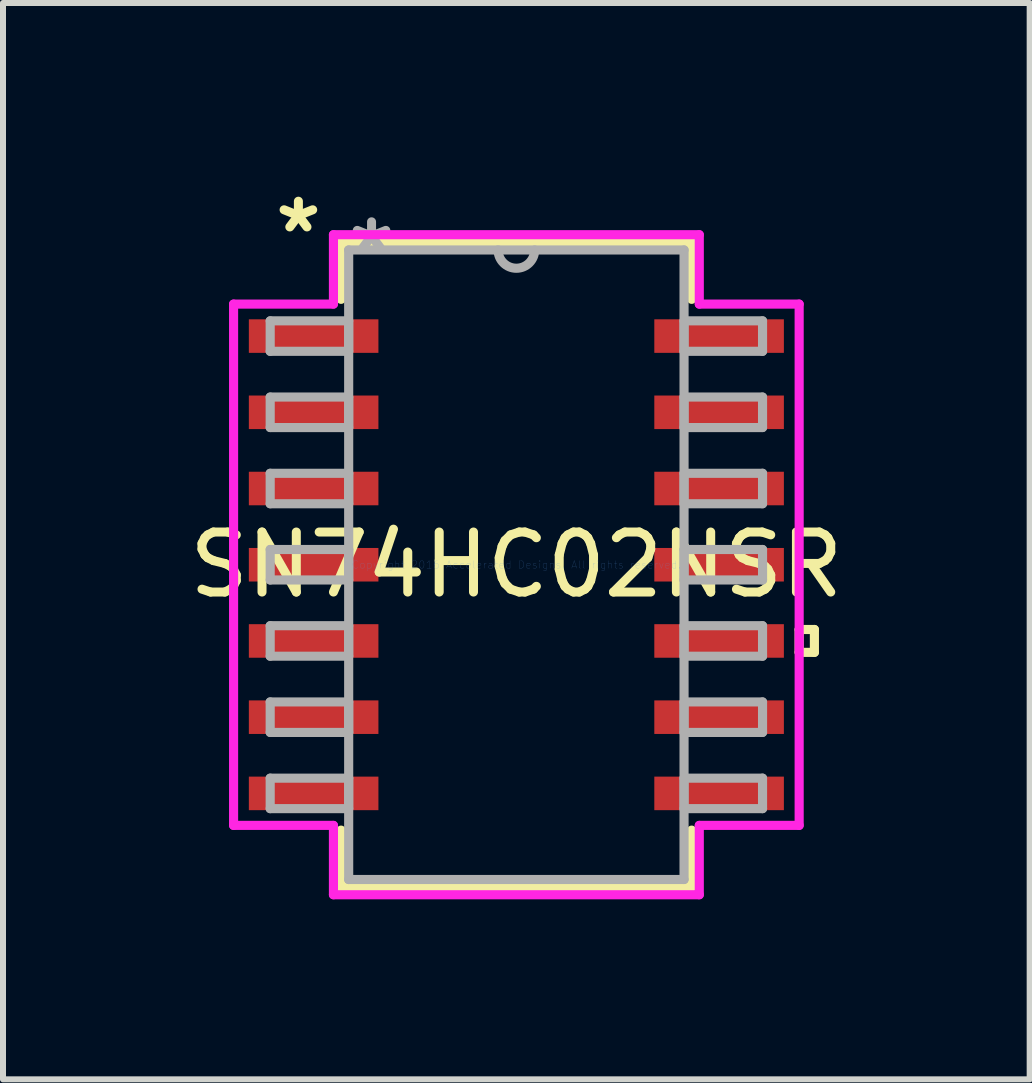
<source format=kicad_pcb>
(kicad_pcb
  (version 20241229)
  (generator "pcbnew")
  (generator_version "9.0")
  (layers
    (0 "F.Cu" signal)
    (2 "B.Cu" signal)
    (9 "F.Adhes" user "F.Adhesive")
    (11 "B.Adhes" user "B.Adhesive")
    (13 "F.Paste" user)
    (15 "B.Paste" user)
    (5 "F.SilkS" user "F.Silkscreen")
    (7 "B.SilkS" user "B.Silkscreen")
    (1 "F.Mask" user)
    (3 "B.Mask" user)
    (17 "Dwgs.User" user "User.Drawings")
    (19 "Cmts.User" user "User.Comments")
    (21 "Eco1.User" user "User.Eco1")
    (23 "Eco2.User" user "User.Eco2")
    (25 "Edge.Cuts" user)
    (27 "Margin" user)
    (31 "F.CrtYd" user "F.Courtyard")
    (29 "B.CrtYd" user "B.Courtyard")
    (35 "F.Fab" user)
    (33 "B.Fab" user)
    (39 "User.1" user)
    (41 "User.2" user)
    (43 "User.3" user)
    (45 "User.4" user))
  (footprint "SN74HC02NSR"
    (layer "F.Cu")
    (at 5.554 6.36)
    (property "Reference" "SN74HC02NSR" (at 0 0 0) (layer "F.SilkS") (effects (font (size 1 1) (thickness 0.15))))
    (attr through_hole)
    (fp_line (start -2.921 -5.372) (end -2.921 -4.422) (stroke (width 0.152) (type solid)) (layer "F.SilkS"))
    (fp_line (start -2.921 4.422) (end -2.921 5.372) (stroke (width 0.152) (type solid)) (layer "F.SilkS"))
    (fp_line (start -2.921 5.372) (end 2.921 5.372) (stroke (width 0.152) (type solid)) (layer "F.SilkS"))
    (fp_line (start 2.921 -5.372) (end -2.921 -5.372) (stroke (width 0.152) (type solid)) (layer "F.SilkS"))
    (fp_line (start 2.921 -4.422) (end 2.921 -5.372) (stroke (width 0.152) (type solid)) (layer "F.SilkS"))
    (fp_line (start 2.921 5.372) (end 2.921 4.422) (stroke (width 0.152) (type solid)) (layer "F.SilkS"))
    (fp_line (start 4.712 1.079) (end 4.966 1.079) (stroke (width 0.152) (type solid)) (layer "F.SilkS"))
    (fp_line (start 4.712 1.46) (end 4.712 1.079) (stroke (width 0.152) (type solid)) (layer "F.SilkS"))
    (fp_line (start 4.966 1.079) (end 4.966 1.46) (stroke (width 0.152) (type solid)) (layer "F.SilkS"))
    (fp_line (start 4.966 1.46) (end 4.712 1.46) (stroke (width 0.152) (type solid)) (layer "F.SilkS"))
    (fp_line (start -4.712 -4.343) (end -3.048 -4.343) (stroke (width 0.152) (type solid)) (layer "F.CrtYd"))
    (fp_line (start -4.712 4.343) (end -4.712 -4.343) (stroke (width 0.152) (type solid)) (layer "F.CrtYd"))
    (fp_line (start -3.048 -5.499) (end 3.048 -5.499) (stroke (width 0.152) (type solid)) (layer "F.CrtYd"))
    (fp_line (start -3.048 -4.343) (end -3.048 -5.499) (stroke (width 0.152) (type solid)) (layer "F.CrtYd"))
    (fp_line (start -3.048 4.343) (end -4.712 4.343) (stroke (width 0.152) (type solid)) (layer "F.CrtYd"))
    (fp_line (start -3.048 5.499) (end -3.048 4.343) (stroke (width 0.152) (type solid)) (layer "F.CrtYd"))
    (fp_line (start 3.048 -5.499) (end 3.048 -4.343) (stroke (width 0.152) (type solid)) (layer "F.CrtYd"))
    (fp_line (start 3.048 -4.343) (end 4.712 -4.343) (stroke (width 0.152) (type solid)) (layer "F.CrtYd"))
    (fp_line (start 3.048 4.343) (end 3.048 5.499) (stroke (width 0.152) (type solid)) (layer "F.CrtYd"))
    (fp_line (start 3.048 5.499) (end -3.048 5.499) (stroke (width 0.152) (type solid)) (layer "F.CrtYd"))
    (fp_line (start 4.712 -4.343) (end 4.712 4.343) (stroke (width 0.152) (type solid)) (layer "F.CrtYd"))
    (fp_line (start 4.712 4.343) (end 3.048 4.343) (stroke (width 0.152) (type solid)) (layer "F.CrtYd"))
    (fp_line (start -4.102 -4.064) (end -4.102 -3.556) (stroke (width 0.152) (type solid)) (layer "F.Fab"))
    (fp_line (start -4.102 -3.556) (end -2.794 -3.556) (stroke (width 0.152) (type solid)) (layer "F.Fab"))
    (fp_line (start -4.102 -2.794) (end -4.102 -2.286) (stroke (width 0.152) (type solid)) (layer "F.Fab"))
    (fp_line (start -4.102 -2.286) (end -2.794 -2.286) (stroke (width 0.152) (type solid)) (layer "F.Fab"))
    (fp_line (start -4.102 -1.524) (end -4.102 -1.016) (stroke (width 0.152) (type solid)) (layer "F.Fab"))
    (fp_line (start -4.102 -1.016) (end -2.794 -1.016) (stroke (width 0.152) (type solid)) (layer "F.Fab"))
    (fp_line (start -4.102 -0.254) (end -4.102 0.254) (stroke (width 0.152) (type solid)) (layer "F.Fab"))
    (fp_line (start -4.102 0.254) (end -2.794 0.254) (stroke (width 0.152) (type solid)) (layer "F.Fab"))
    (fp_line (start -4.102 1.016) (end -4.102 1.524) (stroke (width 0.152) (type solid)) (layer "F.Fab"))
    (fp_line (start -4.102 1.524) (end -2.794 1.524) (stroke (width 0.152) (type solid)) (layer "F.Fab"))
    (fp_line (start -4.102 2.286) (end -4.102 2.794) (stroke (width 0.152) (type solid)) (layer "F.Fab"))
    (fp_line (start -4.102 2.794) (end -2.794 2.794) (stroke (width 0.152) (type solid)) (layer "F.Fab"))
    (fp_line (start -4.102 3.556) (end -4.102 4.064) (stroke (width 0.152) (type solid)) (layer "F.Fab"))
    (fp_line (start -4.102 4.064) (end -2.794 4.064) (stroke (width 0.152) (type solid)) (layer "F.Fab"))
    (fp_line (start -2.794 -5.245) (end -2.794 5.245) (stroke (width 0.152) (type solid)) (layer "F.Fab"))
    (fp_line (start -2.794 -4.064) (end -4.102 -4.064) (stroke (width 0.152) (type solid)) (layer "F.Fab"))
    (fp_line (start -2.794 -3.556) (end -2.794 -4.064) (stroke (width 0.152) (type solid)) (layer "F.Fab"))
    (fp_line (start -2.794 -2.794) (end -4.102 -2.794) (stroke (width 0.152) (type solid)) (layer "F.Fab"))
    (fp_line (start -2.794 -2.286) (end -2.794 -2.794) (stroke (width 0.152) (type solid)) (layer "F.Fab"))
    (fp_line (start -2.794 -1.524) (end -4.102 -1.524) (stroke (width 0.152) (type solid)) (layer "F.Fab"))
    (fp_line (start -2.794 -1.016) (end -2.794 -1.524) (stroke (width 0.152) (type solid)) (layer "F.Fab"))
    (fp_line (start -2.794 -0.254) (end -4.102 -0.254) (stroke (width 0.152) (type solid)) (layer "F.Fab"))
    (fp_line (start -2.794 0.254) (end -2.794 -0.254) (stroke (width 0.152) (type solid)) (layer "F.Fab"))
    (fp_line (start -2.794 1.016) (end -4.102 1.016) (stroke (width 0.152) (type solid)) (layer "F.Fab"))
    (fp_line (start -2.794 1.524) (end -2.794 1.016) (stroke (width 0.152) (type solid)) (layer "F.Fab"))
    (fp_line (start -2.794 2.286) (end -4.102 2.286) (stroke (width 0.152) (type solid)) (layer "F.Fab"))
    (fp_line (start -2.794 2.794) (end -2.794 2.286) (stroke (width 0.152) (type solid)) (layer "F.Fab"))
    (fp_line (start -2.794 3.556) (end -4.102 3.556) (stroke (width 0.152) (type solid)) (layer "F.Fab"))
    (fp_line (start -2.794 4.064) (end -2.794 3.556) (stroke (width 0.152) (type solid)) (layer "F.Fab"))
    (fp_line (start -2.794 5.245) (end 2.794 5.245) (stroke (width 0.152) (type solid)) (layer "F.Fab"))
    (fp_line (start 2.794 -5.245) (end -2.794 -5.245) (stroke (width 0.152) (type solid)) (layer "F.Fab"))
    (fp_line (start 2.794 -4.064) (end 2.794 -3.556) (stroke (width 0.152) (type solid)) (layer "F.Fab"))
    (fp_line (start 2.794 -3.556) (end 4.102 -3.556) (stroke (width 0.152) (type solid)) (layer "F.Fab"))
    (fp_line (start 2.794 -2.794) (end 2.794 -2.286) (stroke (width 0.152) (type solid)) (layer "F.Fab"))
    (fp_line (start 2.794 -2.286) (end 4.102 -2.286) (stroke (width 0.152) (type solid)) (layer "F.Fab"))
    (fp_line (start 2.794 -1.524) (end 2.794 -1.016) (stroke (width 0.152) (type solid)) (layer "F.Fab"))
    (fp_line (start 2.794 -1.016) (end 4.102 -1.016) (stroke (width 0.152) (type solid)) (layer "F.Fab"))
    (fp_line (start 2.794 -0.254) (end 2.794 0.254) (stroke (width 0.152) (type solid)) (layer "F.Fab"))
    (fp_line (start 2.794 0.254) (end 4.102 0.254) (stroke (width 0.152) (type solid)) (layer "F.Fab"))
    (fp_line (start 2.794 1.016) (end 2.794 1.524) (stroke (width 0.152) (type solid)) (layer "F.Fab"))
    (fp_line (start 2.794 1.524) (end 4.102 1.524) (stroke (width 0.152) (type solid)) (layer "F.Fab"))
    (fp_line (start 2.794 2.286) (end 2.794 2.794) (stroke (width 0.152) (type solid)) (layer "F.Fab"))
    (fp_line (start 2.794 2.794) (end 4.102 2.794) (stroke (width 0.152) (type solid)) (layer "F.Fab"))
    (fp_line (start 2.794 3.556) (end 2.794 4.064) (stroke (width 0.152) (type solid)) (layer "F.Fab"))
    (fp_line (start 2.794 4.064) (end 4.102 4.064) (stroke (width 0.152) (type solid)) (layer "F.Fab"))
    (fp_line (start 2.794 5.245) (end 2.794 -5.245) (stroke (width 0.152) (type solid)) (layer "F.Fab"))
    (fp_line (start 4.102 -4.064) (end 2.794 -4.064) (stroke (width 0.152) (type solid)) (layer "F.Fab"))
    (fp_line (start 4.102 -3.556) (end 4.102 -4.064) (stroke (width 0.152) (type solid)) (layer "F.Fab"))
    (fp_line (start 4.102 -2.794) (end 2.794 -2.794) (stroke (width 0.152) (type solid)) (layer "F.Fab"))
    (fp_line (start 4.102 -2.286) (end 4.102 -2.794) (stroke (width 0.152) (type solid)) (layer "F.Fab"))
    (fp_line (start 4.102 -1.524) (end 2.794 -1.524) (stroke (width 0.152) (type solid)) (layer "F.Fab"))
    (fp_line (start 4.102 -1.016) (end 4.102 -1.524) (stroke (width 0.152) (type solid)) (layer "F.Fab"))
    (fp_line (start 4.102 -0.254) (end 2.794 -0.254) (stroke (width 0.152) (type solid)) (layer "F.Fab"))
    (fp_line (start 4.102 0.254) (end 4.102 -0.254) (stroke (width 0.152) (type solid)) (layer "F.Fab"))
    (fp_line (start 4.102 1.016) (end 2.794 1.016) (stroke (width 0.152) (type solid)) (layer "F.Fab"))
    (fp_line (start 4.102 1.524) (end 4.102 1.016) (stroke (width 0.152) (type solid)) (layer "F.Fab"))
    (fp_line (start 4.102 2.286) (end 2.794 2.286) (stroke (width 0.152) (type solid)) (layer "F.Fab"))
    (fp_line (start 4.102 2.794) (end 4.102 2.286) (stroke (width 0.152) (type solid)) (layer "F.Fab"))
    (fp_line (start 4.102 3.556) (end 2.794 3.556) (stroke (width 0.152) (type solid)) (layer "F.Fab"))
    (fp_line (start 4.102 4.064) (end 4.102 3.556) (stroke (width 0.152) (type solid)) (layer "F.Fab"))
    (fp_arc (start 0.3048 -5.2451) (mid 0 -4.9403) (end -0.3048 -5.2451) (stroke (width 0.1524) (type solid)) (layer "F.Fab"))
    (fp_text user "*" (at -3.632 -5.512 0) (layer "F.SilkS") (effects (font (size 1 1) (thickness 0.15))))
    (fp_text user "Copyright 2016 Accelerated Designs. All rights reserved." (at 0 0 0) (layer "Cmts.User") (effects (font (size 0.127 0.127) (thickness 0.002))))
    (fp_text user "*" (at -2.413 -5.169 0) (layer "F.Fab") (effects (font (size 1 1) (thickness 0.15))))
    (pad "1" smd rect (at -3.378 -3.81) (size 2.159 0.559) (layers "F.Cu" "F.Mask" "F.Paste"))
    (pad "2" smd rect (at -3.378 -2.54) (size 2.159 0.559) (layers "F.Cu" "F.Mask" "F.Paste"))
    (pad "3" smd rect (at -3.378 -1.27) (size 2.159 0.559) (layers "F.Cu" "F.Mask" "F.Paste"))
    (pad "4" smd rect (at -3.378 0) (size 2.159 0.559) (layers "F.Cu" "F.Mask" "F.Paste"))
    (pad "5" smd rect (at -3.378 1.27) (size 2.159 0.559) (layers "F.Cu" "F.Mask" "F.Paste"))
    (pad "6" smd rect (at -3.378 2.54) (size 2.159 0.559) (layers "F.Cu" "F.Mask" "F.Paste"))
    (pad "7" smd rect (at -3.378 3.81) (size 2.159 0.559) (layers "F.Cu" "F.Mask" "F.Paste"))
    (pad "8" smd rect (at 3.378 3.81) (size 2.159 0.559) (layers "F.Cu" "F.Mask" "F.Paste"))
    (pad "9" smd rect (at 3.378 2.54) (size 2.159 0.559) (layers "F.Cu" "F.Mask" "F.Paste"))
    (pad "10" smd rect (at 3.378 1.27) (size 2.159 0.559) (layers "F.Cu" "F.Mask" "F.Paste"))
    (pad "11" smd rect (at 3.378 0) (size 2.159 0.559) (layers "F.Cu" "F.Mask" "F.Paste"))
    (pad "12" smd rect (at 3.378 -1.27) (size 2.159 0.559) (layers "F.Cu" "F.Mask" "F.Paste"))
    (pad "13" smd rect (at 3.378 -2.54) (size 2.159 0.559) (layers "F.Cu" "F.Mask" "F.Paste"))
    (pad "14" smd rect (at 3.378 -3.81) (size 2.159 0.559) (layers "F.Cu" "F.Mask" "F.Paste")))
  (gr_rect
    (start -3 -3)
    (end 14.107 14.935)
    (stroke (width 0.1) (type default))
    (fill no)
    (layer "Edge.Cuts")))
</source>
